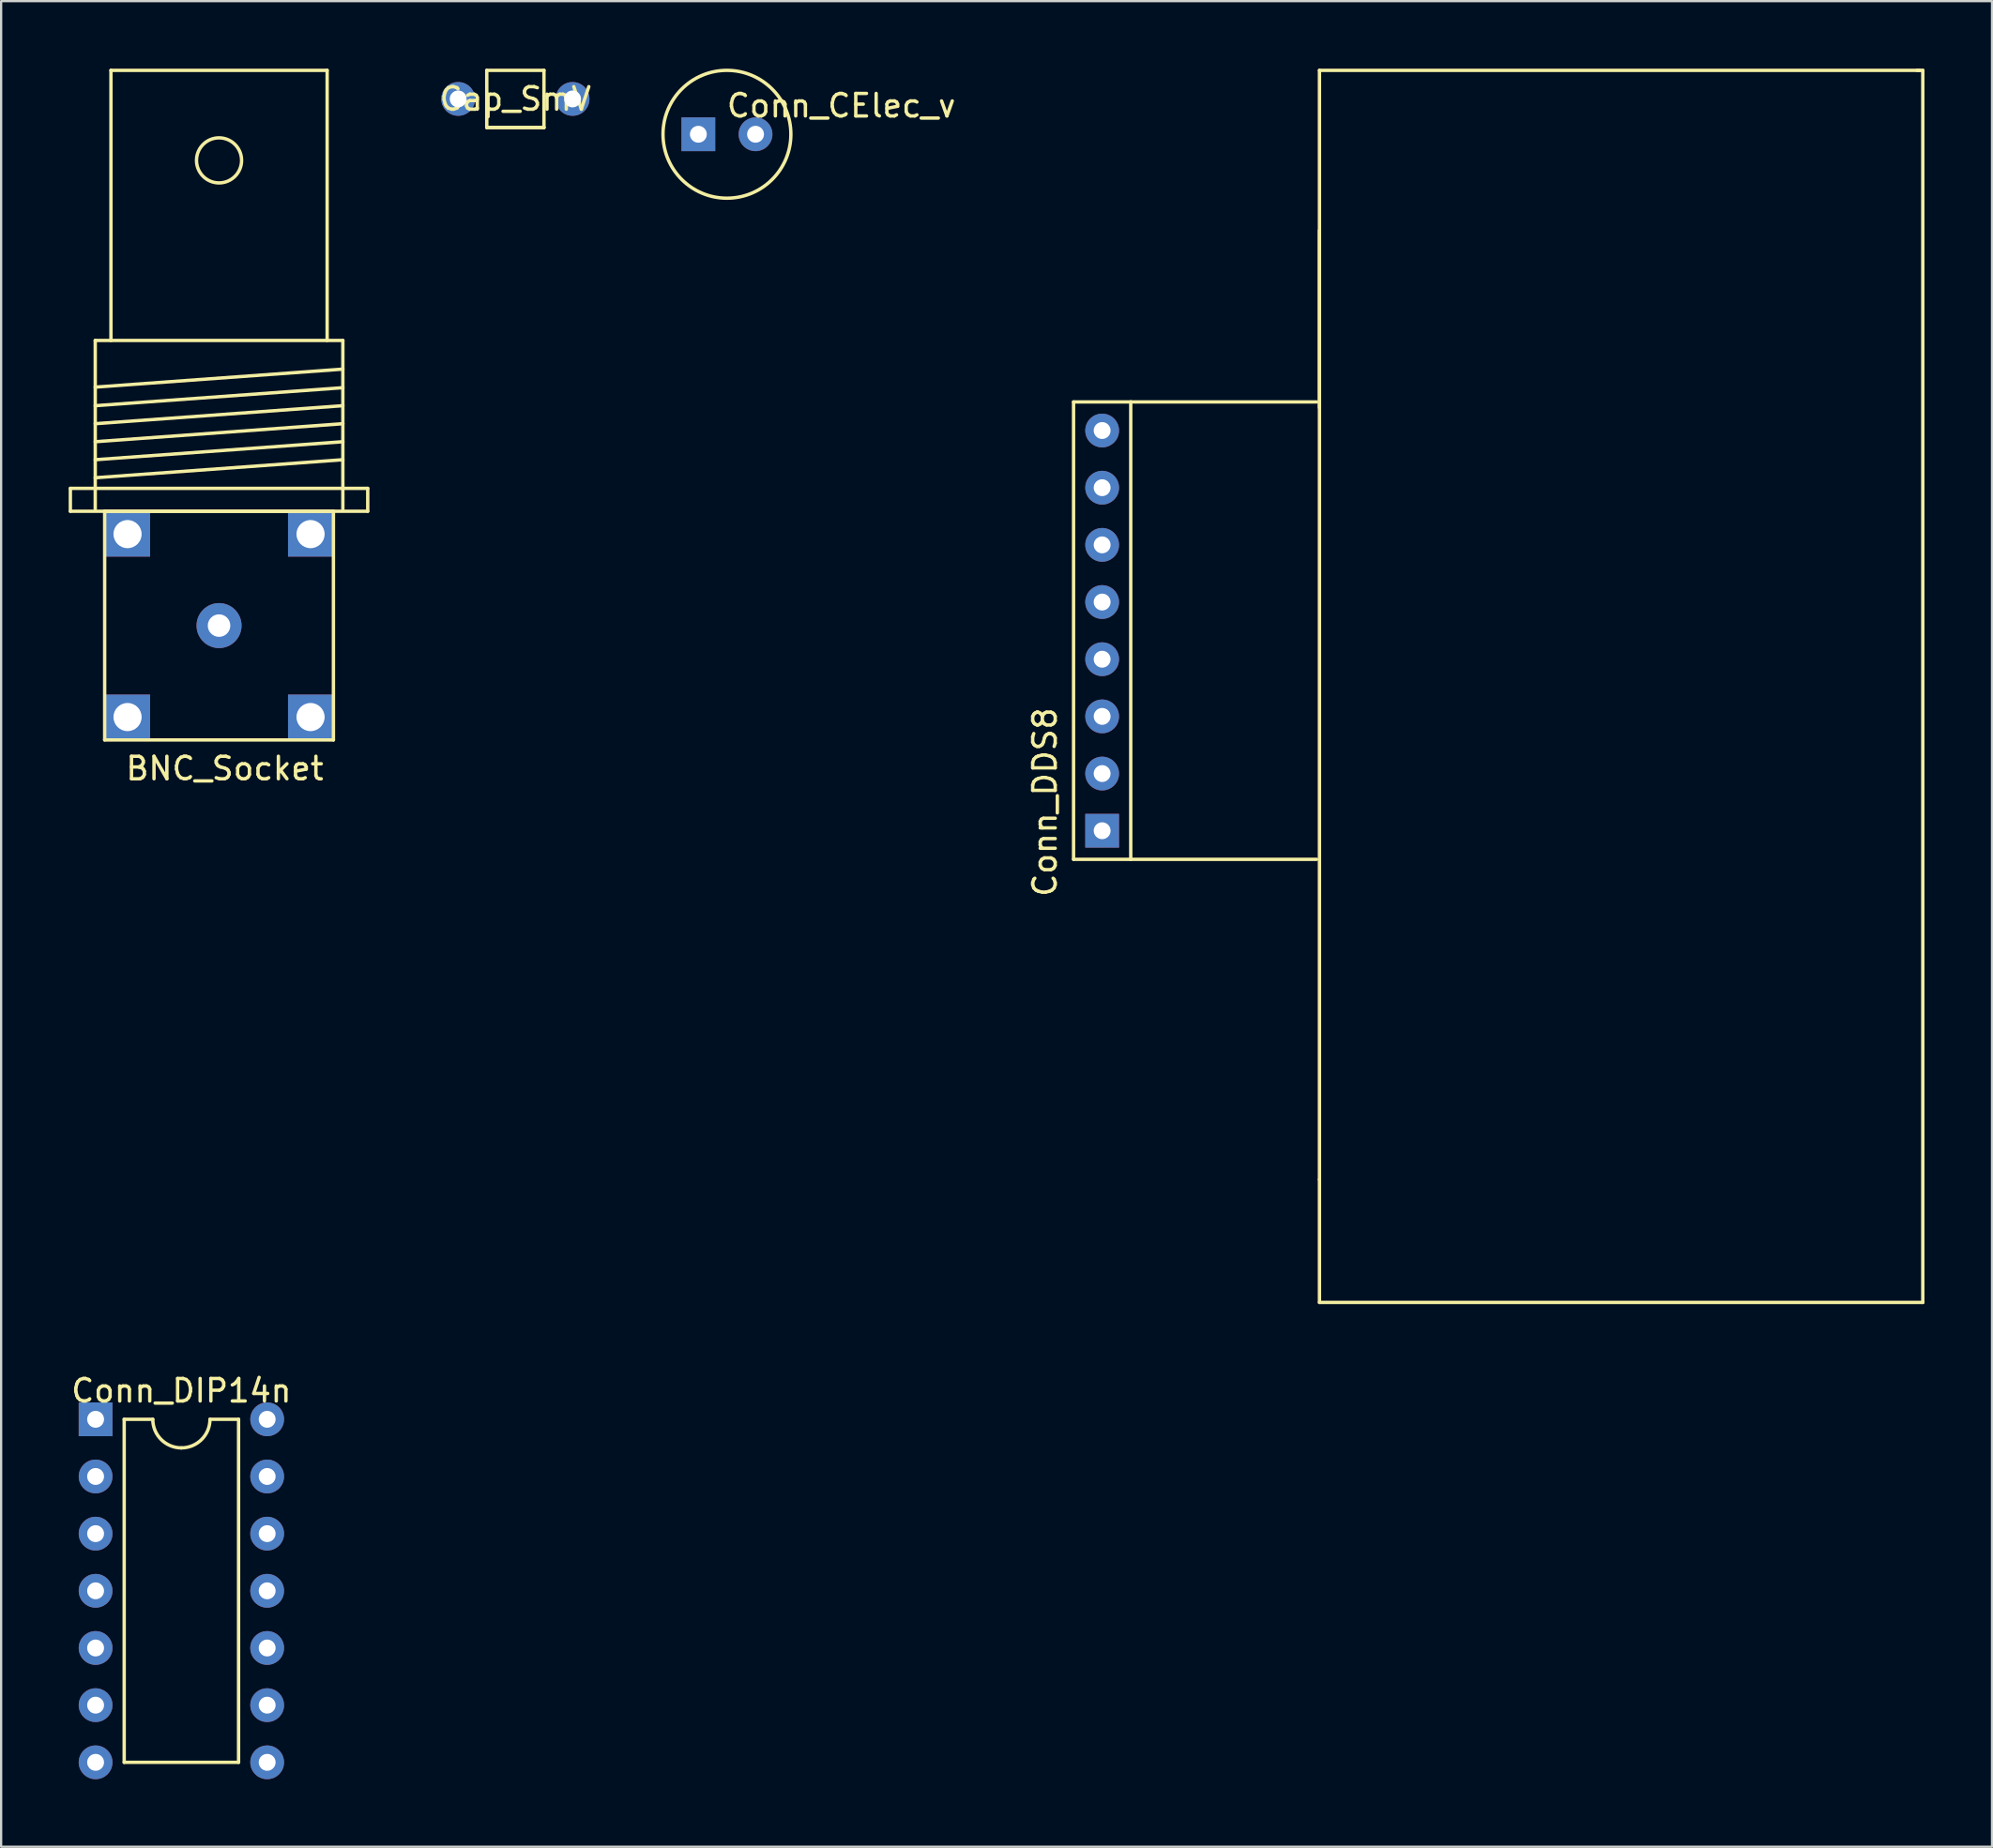
<source format=kicad_pcb>
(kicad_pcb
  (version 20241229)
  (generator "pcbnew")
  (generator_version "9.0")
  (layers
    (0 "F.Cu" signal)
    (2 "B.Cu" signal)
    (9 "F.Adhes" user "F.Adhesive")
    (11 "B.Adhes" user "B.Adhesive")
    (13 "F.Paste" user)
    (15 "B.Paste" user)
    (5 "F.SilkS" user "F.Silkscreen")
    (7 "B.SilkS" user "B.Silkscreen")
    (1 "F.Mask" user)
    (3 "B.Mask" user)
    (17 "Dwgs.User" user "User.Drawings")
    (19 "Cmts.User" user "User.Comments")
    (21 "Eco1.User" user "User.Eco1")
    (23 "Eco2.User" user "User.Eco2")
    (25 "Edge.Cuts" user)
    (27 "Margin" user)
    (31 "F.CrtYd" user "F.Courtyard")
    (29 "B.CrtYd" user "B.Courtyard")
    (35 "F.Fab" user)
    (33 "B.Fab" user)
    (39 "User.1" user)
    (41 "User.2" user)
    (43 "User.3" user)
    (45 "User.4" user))
  (footprint "Conn_DDS8"
    (layer "F.Cu")
    (at 45.902 24.967)
    (property "Reference" "Conn_DDS8" (at -2.54 7.62 90) (layer "F.SilkS") (effects (font (size 1 1) (thickness 0.15))))
    (attr through_hole)
    (fp_line (start -1.27 -10.16) (end 1.27 -10.16) (stroke (width 0.15) (type solid)) (layer "F.SilkS"))
    (fp_line (start -1.27 10.16) (end -1.27 -10.16) (stroke (width 0.15) (type solid)) (layer "F.SilkS"))
    (fp_line (start 1.27 -10.16) (end 1.27 10.16) (stroke (width 0.15) (type solid)) (layer "F.SilkS"))
    (fp_line (start 1.27 -10.16) (end 9.525 -10.16) (stroke (width 0.15) (type solid)) (layer "F.SilkS"))
    (fp_line (start 1.27 10.16) (end -1.27 10.16) (stroke (width 0.15) (type solid)) (layer "F.SilkS"))
    (fp_line (start 1.27 10.16) (end 9.525 10.16) (stroke (width 0.15) (type solid)) (layer "F.SilkS"))
    (fp_line (start 9.652 -24.892) (end 9.652 -9.906) (stroke (width 0.15) (type solid)) (layer "F.SilkS"))
    (fp_line (start 9.652 -24.892) (end 36.322 -24.892) (stroke (width 0.15) (type solid)) (layer "F.SilkS"))
    (fp_line (start 9.652 -17.78) (end 9.652 24.384) (stroke (width 0.15) (type solid)) (layer "F.SilkS"))
    (fp_line (start 9.652 24.384) (end 9.652 29.845) (stroke (width 0.15) (type solid)) (layer "F.SilkS"))
    (fp_line (start 9.652 29.845) (end 36.449 29.845) (stroke (width 0.15) (type solid)) (layer "F.SilkS"))
    (fp_line (start 36.195 -24.892) (end 36.449 -24.892) (stroke (width 0.15) (type solid)) (layer "F.SilkS"))
    (fp_line (start 36.449 29.845) (end 36.449 -24.892) (stroke (width 0.15) (type solid)) (layer "F.SilkS"))
    (pad "1" thru_hole rect (at 0 8.89) (size 1.5 1.5) (drill 0.75) (layers "*.Cu" "*.Mask"))
    (pad "2" thru_hole circle (at 0 6.35) (size 1.5 1.5) (drill 0.75) (layers "*.Cu" "*.Mask"))
    (pad "3" thru_hole circle (at 0 3.81) (size 1.5 1.5) (drill 0.75) (layers "*.Cu" "*.Mask"))
    (pad "4" thru_hole circle (at 0 1.27) (size 1.5 1.5) (drill 0.75) (layers "*.Cu" "*.Mask"))
    (pad "5" thru_hole circle (at 0 -1.27) (size 1.5 1.5) (drill 0.75) (layers "*.Cu" "*.Mask"))
    (pad "6" thru_hole circle (at 0 -3.81) (size 1.5 1.5) (drill 0.75) (layers "*.Cu" "*.Mask"))
    (pad "7" thru_hole circle (at 0 -6.35) (size 1.5 1.5) (drill 0.75) (layers "*.Cu" "*.Mask"))
    (pad "8" thru_hole circle (at 0 -8.89) (size 1.5 1.5) (drill 0.75) (layers "*.Cu" "*.Mask")))
  (footprint "Conn_DIP14n"
    (layer "F.Cu")
    (at 5.006 67.625)
    (property "Reference" "Conn_DIP14n" (at 0 -8.89 0) (layer "F.SilkS") (effects (font (size 1 1) (thickness 0.15))))
    (attr through_hole)
    (fp_line (start -2.54 -7.62) (end -2.54 7.62) (stroke (width 0.15) (type solid)) (layer "F.SilkS"))
    (fp_line (start -2.54 -7.62) (end -1.27 -7.62) (stroke (width 0.15) (type solid)) (layer "F.SilkS"))
    (fp_line (start -2.54 7.62) (end 2.54 7.62) (stroke (width 0.15) (type solid)) (layer "F.SilkS"))
    (fp_line (start 1.27 -7.62) (end 2.54 -7.62) (stroke (width 0.15) (type solid)) (layer "F.SilkS"))
    (fp_line (start 2.54 7.62) (end 2.54 -7.62) (stroke (width 0.15) (type solid)) (layer "F.SilkS"))
    (fp_arc (start 0 -6.35) (mid -0.898026 -6.721974) (end -1.27 -7.62) (stroke (width 0.15) (type solid)) (layer "F.SilkS"))
    (fp_arc (start 1.27 -7.62) (mid 0.898026 -6.721974) (end 0 -6.35) (stroke (width 0.15) (type solid)) (layer "F.SilkS"))
    (pad "1" thru_hole rect (at -3.81 -7.62) (size 1.5 1.5) (drill 0.75) (layers "*.Cu" "*.Mask"))
    (pad "2" thru_hole circle (at -3.81 -5.08) (size 1.5 1.5) (drill 0.75) (layers "*.Cu" "*.Mask"))
    (pad "3" thru_hole circle (at -3.81 -2.54) (size 1.5 1.5) (drill 0.75) (layers "*.Cu" "*.Mask"))
    (pad "4" thru_hole circle (at -3.81 0) (size 1.5 1.5) (drill 0.75) (layers "*.Cu" "*.Mask"))
    (pad "5" thru_hole circle (at -3.81 2.54) (size 1.5 1.5) (drill 0.75) (layers "*.Cu" "*.Mask"))
    (pad "6" thru_hole circle (at -3.81 5.08) (size 1.5 1.5) (drill 0.75) (layers "*.Cu" "*.Mask"))
    (pad "7" thru_hole circle (at -3.81 7.62) (size 1.5 1.5) (drill 0.75) (layers "*.Cu" "*.Mask"))
    (pad "8" thru_hole circle (at 3.81 7.62) (size 1.5 1.5) (drill 0.75) (layers "*.Cu" "*.Mask"))
    (pad "9" thru_hole circle (at 3.81 5.08) (size 1.5 1.5) (drill 0.75) (layers "*.Cu" "*.Mask"))
    (pad "10" thru_hole circle (at 3.81 2.54) (size 1.5 1.5) (drill 0.75) (layers "*.Cu" "*.Mask"))
    (pad "11" thru_hole circle (at 3.81 0) (size 1.5 1.5) (drill 0.75) (layers "*.Cu" "*.Mask"))
    (pad "12" thru_hole circle (at 3.81 -2.54) (size 1.5 1.5) (drill 0.75) (layers "*.Cu" "*.Mask"))
    (pad "13" thru_hole circle (at 3.81 -5.08) (size 1.5 1.5) (drill 0.75) (layers "*.Cu" "*.Mask"))
    (pad "14" thru_hole circle (at 3.81 -7.62) (size 1.5 1.5) (drill 0.75) (layers "*.Cu" "*.Mask")))
  (footprint "Cap_SmV"
    (layer "F.Cu")
    (at 17.3 1.345)
    (property "Reference" "Cap_SmV" (at 2.54 0 0) (layer "F.SilkS") (effects (font (size 1 1) (thickness 0.15))))
    (attr through_hole)
    (fp_line (start 1.27 -1.27) (end 3.81 -1.27) (stroke (width 0.15) (type solid)) (layer "F.SilkS"))
    (fp_line (start 1.27 1.27) (end 1.27 -1.27) (stroke (width 0.15) (type solid)) (layer "F.SilkS"))
    (fp_line (start 1.27 1.27) (end 3.81 1.27) (stroke (width 0.15) (type solid)) (layer "F.SilkS"))
    (fp_line (start 3.81 -1.27) (end 3.81 1.27) (stroke (width 0.15) (type solid)) (layer "F.SilkS"))
    (fp_line (start 3.81 1.27) (end 1.27 1.27) (stroke (width 0.15) (type solid)) (layer "F.SilkS"))
    (pad "1" thru_hole circle (at 0 0) (size 1.5 1.5) (drill 0.75) (layers "*.Cu" "*.Mask"))
    (pad "2" thru_hole circle (at 5.08 0) (size 1.5 1.5) (drill 0.75) (layers "*.Cu" "*.Mask")))
  (footprint "Conn_CElec_v"
    (layer "F.Cu")
    (at 27.967 2.915)
    (property "Reference" "Conn_CElec_v" (at 6.35 -1.27 0) (layer "F.SilkS") (effects (font (size 1 1) (thickness 0.15))))
    (attr through_hole)
    (fp_circle (center 1.27 0) (end 3.81 1.27) (stroke (width 0.15) (type solid)) (fill no) (layer "F.SilkS"))
    (pad "1" thru_hole rect (at 0 0) (size 1.5 1.5) (drill 0.75) (layers "*.Cu" "*.Mask"))
    (pad "2" thru_hole circle (at 2.54 0) (size 1.5 1.5) (drill 0.75) (layers "*.Cu" "*.Mask")))
  (footprint "BNC_Socket"
    (layer "F.Cu")
    (at 6.679 24.743)
    (property "Reference" "BNC_Socket" (at 0.254 6.35 0) (layer "F.SilkS") (effects (font (size 1 1) (thickness 0.15))))
    (attr through_hole)
    (fp_line (start -6.604 -6.096) (end 6.604 -6.096) (stroke (width 0.15) (type solid)) (layer "F.SilkS"))
    (fp_line (start -6.604 -5.08) (end -6.604 -6.096) (stroke (width 0.15) (type solid)) (layer "F.SilkS"))
    (fp_line (start -6.604 -5.08) (end 6.604 -5.08) (stroke (width 0.15) (type solid)) (layer "F.SilkS"))
    (fp_line (start -5.499 -12.667) (end -5.499 -5.169) (stroke (width 0.15) (type solid)) (layer "F.SilkS"))
    (fp_line (start -5.499 -10.594) (end 5.499 -11.394) (stroke (width 0.15) (type solid)) (layer "F.SilkS"))
    (fp_line (start -5.499 -9.769) (end 5.499 -10.569) (stroke (width 0.15) (type solid)) (layer "F.SilkS"))
    (fp_line (start -5.499 -8.969) (end 5.499 -9.769) (stroke (width 0.15) (type solid)) (layer "F.SilkS"))
    (fp_line (start -5.499 -8.169) (end 5.499 -8.969) (stroke (width 0.15) (type solid)) (layer "F.SilkS"))
    (fp_line (start -5.499 -7.369) (end 5.499 -8.169) (stroke (width 0.15) (type solid)) (layer "F.SilkS"))
    (fp_line (start -5.499 -6.568) (end 5.499 -7.369) (stroke (width 0.15) (type solid)) (layer "F.SilkS"))
    (fp_line (start -5.08 -5.08) (end -5.08 5.08) (stroke (width 0.15) (type solid)) (layer "F.SilkS"))
    (fp_line (start -5.08 -5.08) (end 5.08 -5.08) (stroke (width 0.15) (type solid)) (layer "F.SilkS"))
    (fp_line (start -5.08 5.08) (end 5.08 5.08) (stroke (width 0.15) (type solid)) (layer "F.SilkS"))
    (fp_line (start -4.801 -24.668) (end -4.801 -12.667) (stroke (width 0.15) (type solid)) (layer "F.SilkS"))
    (fp_line (start 4.801 -24.668) (end -4.801 -24.668) (stroke (width 0.15) (type solid)) (layer "F.SilkS"))
    (fp_line (start 4.801 -12.667) (end 4.801 -24.668) (stroke (width 0.15) (type solid)) (layer "F.SilkS"))
    (fp_line (start 5.08 -5.08) (end 5.08 5.08) (stroke (width 0.15) (type solid)) (layer "F.SilkS"))
    (fp_line (start 5.499 -12.667) (end -5.499 -12.667) (stroke (width 0.15) (type solid)) (layer "F.SilkS"))
    (fp_line (start 5.499 -5.169) (end 5.499 -12.667) (stroke (width 0.15) (type solid)) (layer "F.SilkS"))
    (fp_line (start 6.604 -6.096) (end 6.604 -5.08) (stroke (width 0.15) (type solid)) (layer "F.SilkS"))
    (fp_circle (center 0 -20.668) (end 1.001 -20.668) (stroke (width 0.15) (type solid)) (fill no) (layer "F.SilkS"))
    (pad "1" thru_hole circle (at 0 0) (size 2 2) (drill 1) (layers "*.Cu" "F.Mask"))
    (pad "2" thru_hole rect (at -4.064 -4.064) (size 2 2) (drill 1.25) (layers "*.Cu" "F.Mask"))
    (pad "2" thru_hole rect (at -4.064 4.064) (size 2 2) (drill 1.25) (layers "*.Cu" "F.Mask"))
    (pad "2" thru_hole rect (at 4.064 -4.064) (size 2 2) (drill 1.25) (layers "*.Cu" "F.Mask"))
    (pad "2" thru_hole rect (at 4.064 4.064) (size 2 2) (drill 1.25) (layers "*.Cu" "F.Mask")))
  (gr_rect
    (start -3 -3)
    (end 85.426 78.995)
    (stroke (width 0.1) (type default))
    (fill no)
    (layer "Edge.Cuts")))
</source>
